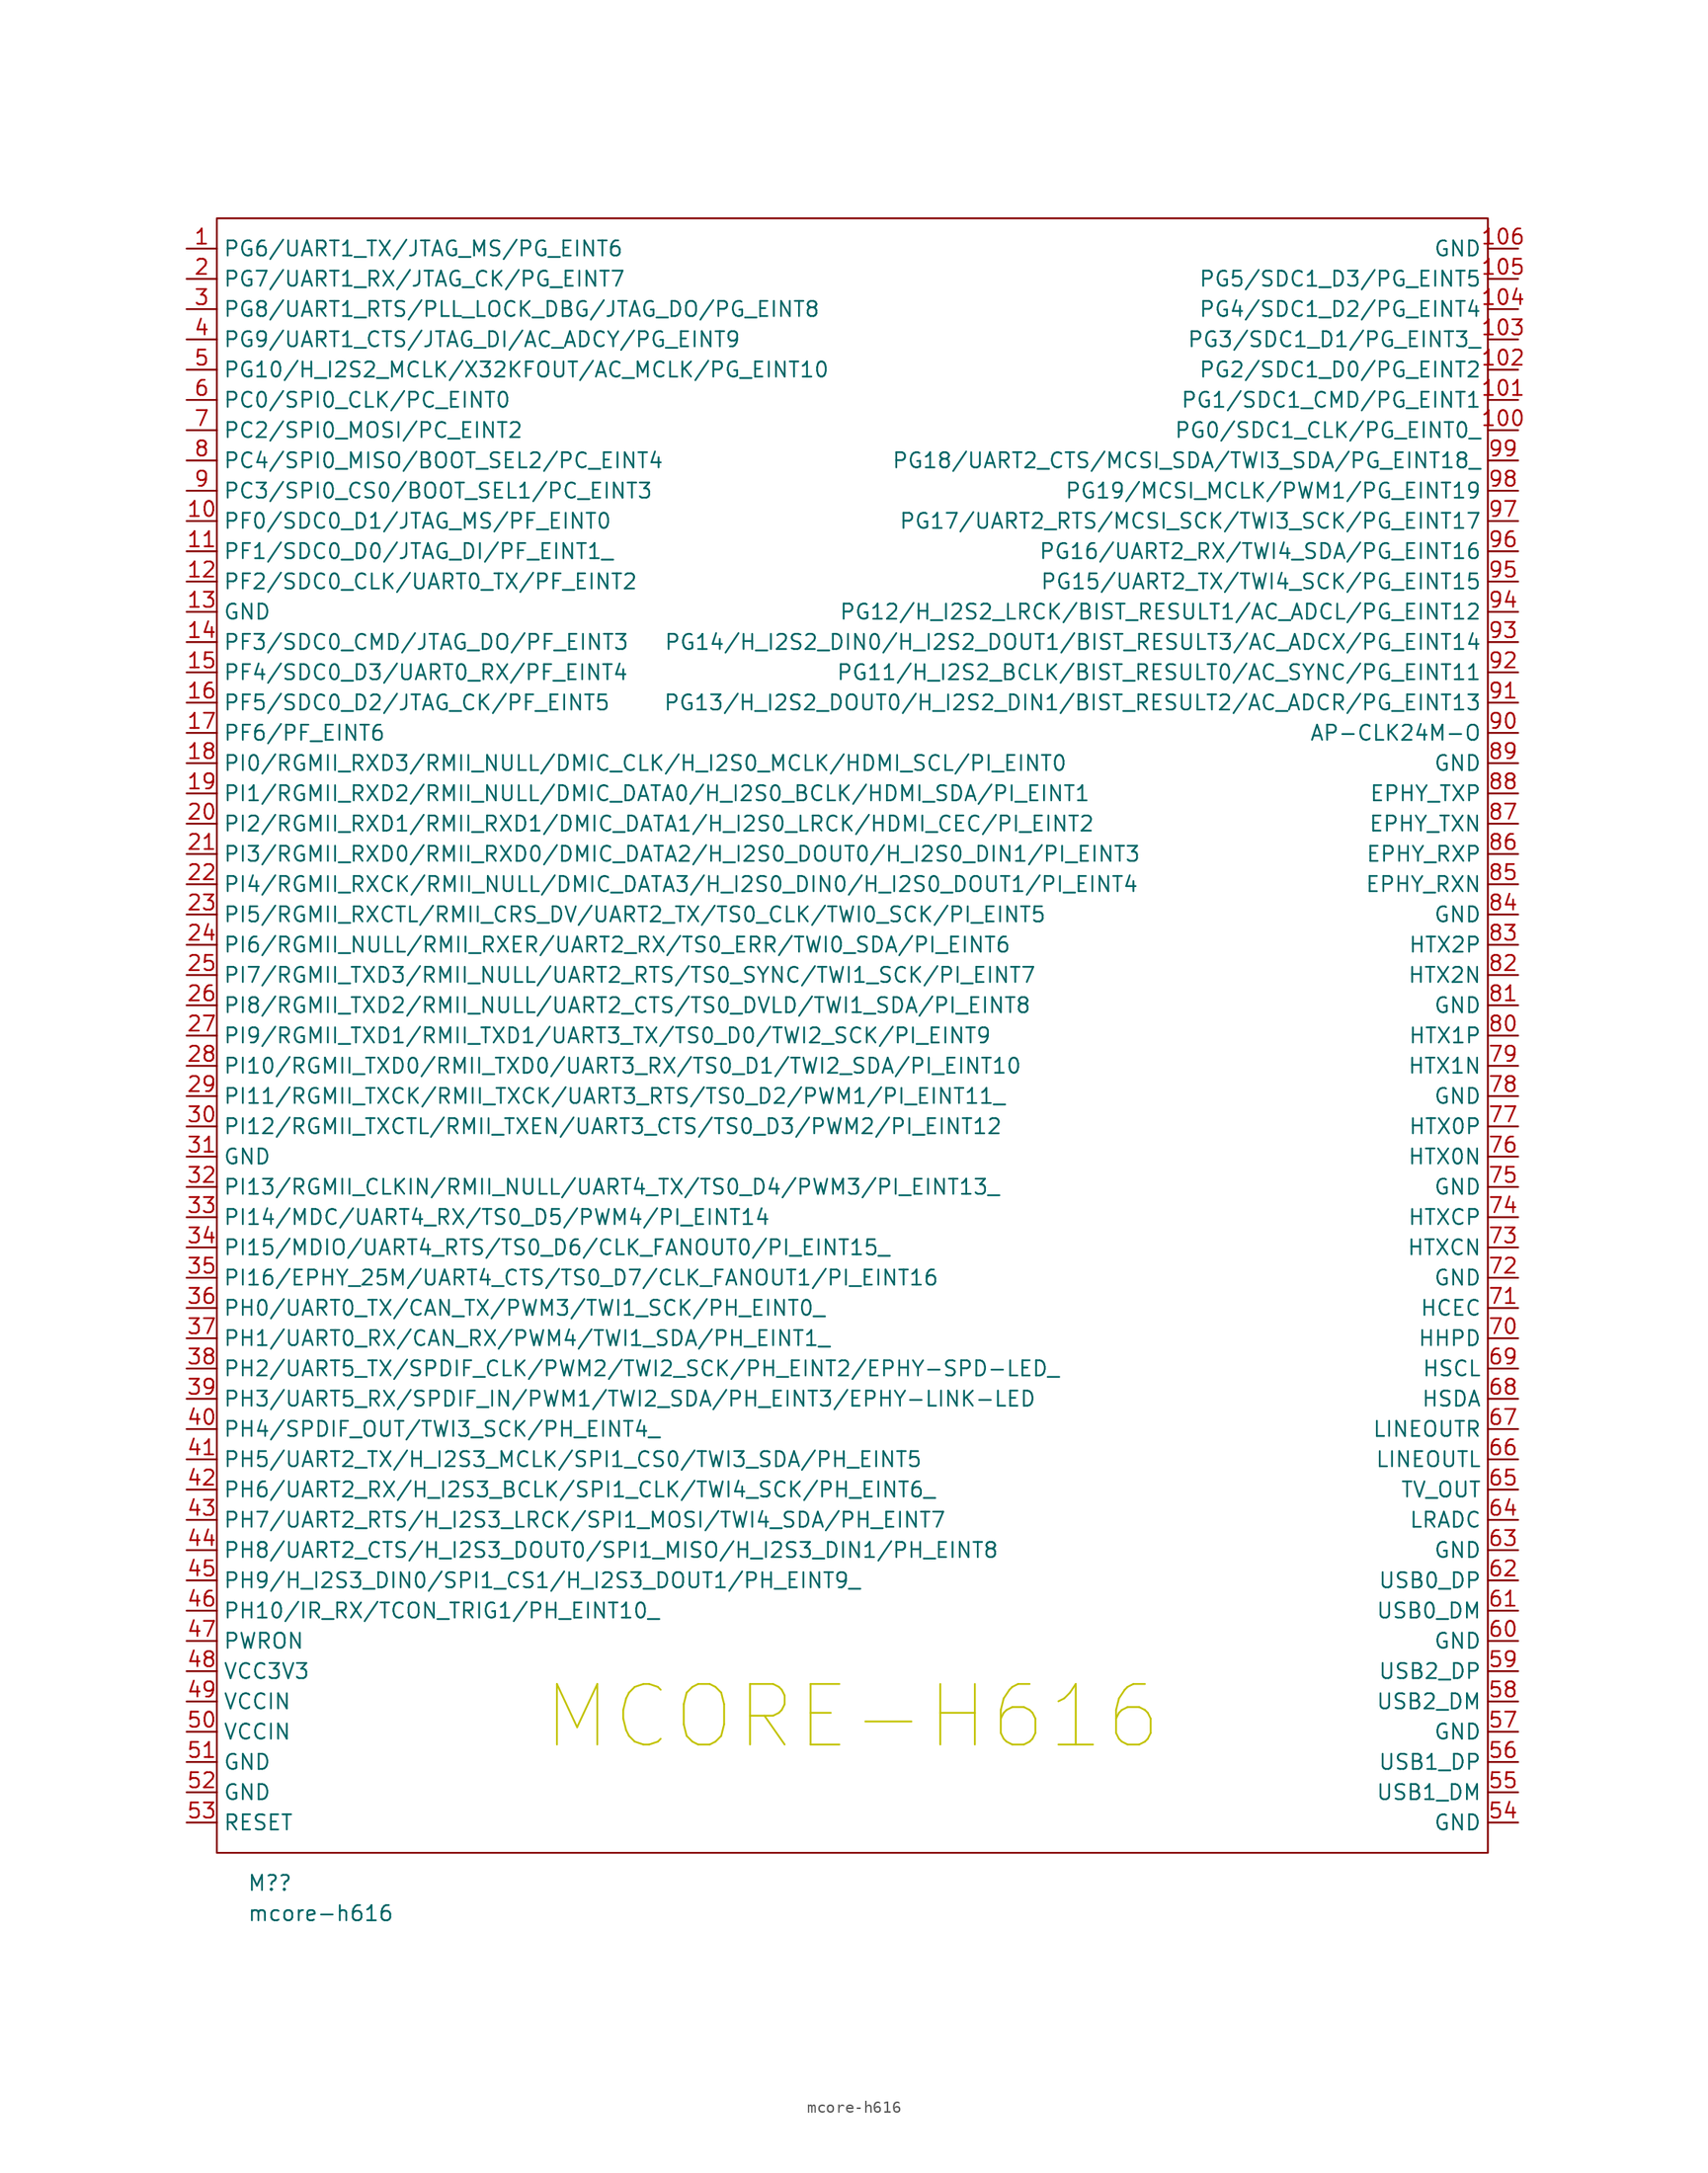
<source format=kicad_sym>
(kicad_symbol_lib
  (version 20220914)
  (generator kicad_symbol_editor)
  (symbol "mcore-h616"
    (property "Reference" "M?"
      (at -50.8 -71.12 0)
      (effects (font (size 1.27 1.27)) (justify left)))
    (property "Value" "mcore-h616"
      (at -50.8 -73.66 0)
      (effects (font (size 1.27 1.27)) (justify left)))
    (symbol "mcore-h616_0_1"
      (rectangle (start -53.34 68.58) (end 53.34 -68.58) (stroke (width 0) (type default)) (fill (type none)))
      (text "MCORE-H616" (at 0 -57.15 0) (effects (font (size 5.08 5.08) (color 194 194 0 1)))))
    (symbol "mcore-h616_1_1"
      (pin unspecified line (at -55.88 66.04 0) (length 2.54) (name "PG6/UART1_TX/JTAG_MS/PG_EINT6" (effects (font (size 1.27 1.27)))) (number "1" (effects (font (size 1.27 1.27)))) (alternate "JTAG_MS" input line) (alternate "PG_EINT6" input line) (alternate "UART1_TX" output line))
      (pin unspecified line (at -55.88 43.18 0) (length 2.54) (name "PF0/SDC0_D1/JTAG_MS/PF_EINT0" (effects (font (size 1.27 1.27)))) (number "10" (effects (font (size 1.27 1.27)))) (alternate "JTAG_MS" input line) (alternate "PF0" unspecified line) (alternate "PF_EINT0" input line) (alternate "SDC0_D1" unspecified line))
      (pin unspecified line (at 55.88 50.8 180) (length 2.54) (name "PG0/SDC1_CLK/PG_EINT0_" (effects (font (size 1.27 1.27)))) (number "100" (effects (font (size 1.27 1.27)))) (alternate "PG0" unspecified line) (alternate "PG_EINT0" input line) (alternate "SDC1_CLK" unspecified line))
      (pin unspecified line (at 55.88 53.34 180) (length 2.54) (name "PG1/SDC1_CMD/PG_EINT1" (effects (font (size 1.27 1.27)))) (number "101" (effects (font (size 1.27 1.27)))) (alternate "PG1" unspecified line) (alternate "PG_EINT1" input line) (alternate "SDC1_CMD" output line))
      (pin unspecified line (at 55.88 55.88 180) (length 2.54) (name "PG2/SDC1_D0/PG_EINT2" (effects (font (size 1.27 1.27)))) (number "102" (effects (font (size 1.27 1.27)))) (alternate "PG2" unspecified line) (alternate "PG_EINT2" input line) (alternate "SDC1_D0" unspecified line))
      (pin unspecified line (at 55.88 58.42 180) (length 2.54) (name "PG3/SDC1_D1/PG_EINT3_" (effects (font (size 1.27 1.27)))) (number "103" (effects (font (size 1.27 1.27)))) (alternate "PG3" unspecified line) (alternate "PG_EINT3" input line) (alternate "SDC1_D1" unspecified line))
      (pin unspecified line (at 55.88 60.96 180) (length 2.54) (name "PG4/SDC1_D2/PG_EINT4" (effects (font (size 1.27 1.27)))) (number "104" (effects (font (size 1.27 1.27)))) (alternate "PG4" unspecified line) (alternate "PG_EINT4" input line) (alternate "SDC1_D2" unspecified line))
      (pin unspecified line (at 55.88 63.5 180) (length 2.54) (name "PG5/SDC1_D3/PG_EINT5" (effects (font (size 1.27 1.27)))) (number "105" (effects (font (size 1.27 1.27)))) (alternate "PG5" unspecified line) (alternate "PG_EINT5" input line) (alternate "SDC1_D3" unspecified line))
      (pin power_in line (at 55.88 66.04 180) (length 2.54) (name "GND" (effects (font (size 1.27 1.27)))) (number "106" (effects (font (size 1.27 1.27)))))
      (pin unspecified line (at -55.88 40.64 0) (length 2.54) (name "PF1/SDC0_D0/JTAG_DI/PF_EINT1_" (effects (font (size 1.27 1.27)))) (number "11" (effects (font (size 1.27 1.27)))) (alternate "JTAG_DI" input line) (alternate "PF1" unspecified line) (alternate "PF_EINT1" input line) (alternate "SDC0_D0" unspecified line))
      (pin unspecified line (at -55.88 38.1 0) (length 2.54) (name "PF2/SDC0_CLK/UART0_TX/PF_EINT2" (effects (font (size 1.27 1.27)))) (number "12" (effects (font (size 1.27 1.27)))) (alternate "PF2" unspecified line) (alternate "PF_EINT2" unspecified line) (alternate "SDC0_CLK" unspecified line) (alternate "UART0_TX" unspecified line))
      (pin power_in line (at -55.88 35.56 0) (length 2.54) (name "GND" (effects (font (size 1.27 1.27)))) (number "13" (effects (font (size 1.27 1.27)))))
      (pin unspecified line (at -55.88 33.02 0) (length 2.54) (name "PF3/SDC0_CMD/JTAG_DO/PF_EINT3" (effects (font (size 1.27 1.27)))) (number "14" (effects (font (size 1.27 1.27)))) (alternate "JTAG_DO" output line) (alternate "PF3" unspecified line) (alternate "PF_EINT3" input line) (alternate "SDC0_CMD" output line))
      (pin unspecified line (at -55.88 30.48 0) (length 2.54) (name "PF4/SDC0_D3/UART0_RX/PF_EINT4" (effects (font (size 1.27 1.27)))) (number "15" (effects (font (size 1.27 1.27)))) (alternate "PF4" unspecified line) (alternate "PF_EINT4" input line) (alternate "SDC0_D3" unspecified line) (alternate "UART0_RX" input line))
      (pin unspecified line (at -55.88 27.94 0) (length 2.54) (name "PF5/SDC0_D2/JTAG_CK/PF_EINT5" (effects (font (size 1.27 1.27)))) (number "16" (effects (font (size 1.27 1.27)))) (alternate "JTAG_CK" input line) (alternate "PF5" unspecified line) (alternate "PF_EINT5" input line) (alternate "SDC0_D2" unspecified line))
      (pin unspecified line (at -55.88 25.4 0) (length 2.54) (name "PF6/PF_EINT6" (effects (font (size 1.27 1.27)))) (number "17" (effects (font (size 1.27 1.27)))) (alternate "PF6" unspecified line) (alternate "PF_EINT6" input line))
      (pin unspecified line (at -55.88 22.86 0) (length 2.54) (name "PI0/RGMII_RXD3/RMII_NULL/DMIC_CLK/H_I2S0_MCLK/HDMI_SCL/PI_EINT0" (effects (font (size 1.27 1.27)))) (number "18" (effects (font (size 1.27 1.27)))) (alternate "DMIC_CLK" unspecified line) (alternate "HDMI_SCL" unspecified line) (alternate "H_I2S0_MCLK" unspecified line) (alternate "PI0" unspecified line) (alternate "PI_EINT0" input line) (alternate "RGMII_RXD3" unspecified line) (alternate "RMII_NULL" unspecified line))
      (pin unspecified line (at -55.88 20.32 0) (length 2.54) (name "PI1/RGMII_RXD2/RMII_NULL/DMIC_DATA0/H_I2S0_BCLK/HDMI_SDA/PI_EINT1" (effects (font (size 1.27 1.27)))) (number "19" (effects (font (size 1.27 1.27)))) (alternate "DMIC_DATA0" unspecified line) (alternate "HDMI_SDA" unspecified line) (alternate "H_I2S0_BCLK" unspecified line) (alternate "PI1" unspecified line) (alternate "PI_EINT1" input line) (alternate "RGMII_RXD2" unspecified line) (alternate "RMII_NULL" unspecified line))
      (pin unspecified line (at -55.88 63.5 0) (length 2.54) (name "PG7/UART1_RX/JTAG_CK/PG_EINT7" (effects (font (size 1.27 1.27)))) (number "2" (effects (font (size 1.27 1.27)))) (alternate "JTAG_CK" input line) (alternate "PG_EINT7" input line) (alternate "UART1_RX" input line))
      (pin unspecified line (at -55.88 17.78 0) (length 2.54) (name "PI2/RGMII_RXD1/RMII_RXD1/DMIC_DATA1/H_I2S0_LRCK/HDMI_CEC/PI_EINT2" (effects (font (size 1.27 1.27)))) (number "20" (effects (font (size 1.27 1.27)))) (alternate "DMIC_DATA1" unspecified line) (alternate "HDMI_CEC" unspecified line) (alternate "H_I2S0_LRCK" unspecified line) (alternate "PI2" unspecified line) (alternate "PI_EINT2" input line) (alternate "RGMII_RXD1" unspecified line) (alternate "RMII_RXD1" unspecified line))
      (pin unspecified line (at -55.88 15.24 0) (length 2.54) (name "PI3/RGMII_RXD0/RMII_RXD0/DMIC_DATA2/H_I2S0_DOUT0/H_I2S0_DIN1/PI_EINT3" (effects (font (size 1.27 1.27)))) (number "21" (effects (font (size 1.27 1.27)))) (alternate "DMIC_DATA2" unspecified line) (alternate "H_I2S0_DIN1" unspecified line) (alternate "H_I2S0_DOUT0" unspecified line) (alternate "PI3" unspecified line) (alternate "PI_EINT3" input line) (alternate "RGMII_RXD0" unspecified line) (alternate "RMII_RXD0" unspecified line))
      (pin unspecified line (at -55.88 12.7 0) (length 2.54) (name "PI4/RGMII_RXCK/RMII_NULL/DMIC_DATA3/H_I2S0_DIN0/H_I2S0_DOUT1/PI_EINT4" (effects (font (size 1.27 1.27)))) (number "22" (effects (font (size 1.27 1.27)))) (alternate "DMIC_DATA3" unspecified line) (alternate "H_I2S0_DIN0" unspecified line) (alternate "H_I2S0_DOUT1" unspecified line) (alternate "PI4" unspecified line) (alternate "PI_EINT4" input line) (alternate "RGMII_RXCK" unspecified line) (alternate "RMII_NULL" unspecified line))
      (pin unspecified line (at -55.88 10.16 0) (length 2.54) (name "PI5/RGMII_RXCTL/RMII_CRS_DV/UART2_TX/TS0_CLK/TWI0_SCK/PI_EINT5" (effects (font (size 1.27 1.27)))) (number "23" (effects (font (size 1.27 1.27)))) (alternate "PI5" unspecified line) (alternate "PI_EINT5" input line) (alternate "RGMII_RXCTL" unspecified line) (alternate "RMII_CRS_DV" unspecified line) (alternate "TS0_CLK" unspecified line) (alternate "TWI0_SCK" unspecified line) (alternate "UART2_TX" output line))
      (pin unspecified line (at -55.88 7.62 0) (length 2.54) (name "PI6/RGMII_NULL/RMII_RXER/UART2_RX/TS0_ERR/TWI0_SDA/PI_EINT6" (effects (font (size 1.27 1.27)))) (number "24" (effects (font (size 1.27 1.27)))) (alternate "PI6" unspecified line) (alternate "PI_EINT6" input line) (alternate "RGMII_NULL" unspecified line) (alternate "RMII_RXER" unspecified line) (alternate "TS0_ERR" unspecified line) (alternate "TWI0_SDA" bidirectional line) (alternate "UART2_RX" input line))
      (pin unspecified line (at -55.88 5.08 0) (length 2.54) (name "PI7/RGMII_TXD3/RMII_NULL/UART2_RTS/TS0_SYNC/TWI1_SCK/PI_EINT7" (effects (font (size 1.27 1.27)))) (number "25" (effects (font (size 1.27 1.27)))) (alternate "PI7" unspecified line) (alternate "PI_EINT7" input line) (alternate "RGMII_TXD3" unspecified line) (alternate "RMII_NULL" unspecified line) (alternate "TS0_SYNC" unspecified line) (alternate "TWI1_SCK" unspecified line) (alternate "UART2_RTS" output line))
      (pin unspecified line (at -55.88 2.54 0) (length 2.54) (name "PI8/RGMII_TXD2/RMII_NULL/UART2_CTS/TS0_DVLD/TWI1_SDA/PI_EINT8" (effects (font (size 1.27 1.27)))) (number "26" (effects (font (size 1.27 1.27)))) (alternate "PI8" unspecified line) (alternate "PI_EINT8" input line) (alternate "RGMII_TXD2" unspecified line) (alternate "RMII_NULL" unspecified line) (alternate "TS0_DVLD" unspecified line) (alternate "TWI1_SDA" bidirectional line) (alternate "UART2_CTS" input line))
      (pin unspecified line (at -55.88 0 0) (length 2.54) (name "PI9/RGMII_TXD1/RMII_TXD1/UART3_TX/TS0_D0/TWI2_SCK/PI_EINT9" (effects (font (size 1.27 1.27)))) (number "27" (effects (font (size 1.27 1.27)))) (alternate "PI9" unspecified line) (alternate "PI_EINT9" input line) (alternate "RGMII_TXD1" unspecified line) (alternate "RMII_TXD1" unspecified line) (alternate "TS0_D0" unspecified line) (alternate "TWI2_SCK" unspecified line) (alternate "UART3_TX" output line))
      (pin unspecified line (at -55.88 -2.54 0) (length 2.54) (name "PI10/RGMII_TXD0/RMII_TXD0/UART3_RX/TS0_D1/TWI2_SDA/PI_EINT10" (effects (font (size 1.27 1.27)))) (number "28" (effects (font (size 1.27 1.27)))) (alternate "PI10" unspecified line) (alternate "PI_EINT10" input line) (alternate "RGMII_TXD0" unspecified line) (alternate "RMII_TXD0" unspecified line) (alternate "TS0_D1" unspecified line) (alternate "TWI2_SDA" bidirectional line) (alternate "UART3_RX" input line))
      (pin unspecified line (at -55.88 -5.08 0) (length 2.54) (name "PI11/RGMII_TXCK/RMII_TXCK/UART3_RTS/TS0_D2/PWM1/PI_EINT11_" (effects (font (size 1.27 1.27)))) (number "29" (effects (font (size 1.27 1.27)))) (alternate "PI11" unspecified line) (alternate "PI_EINT11" input line) (alternate "PWM1" output line) (alternate "RGMII_TXCK" unspecified line) (alternate "RMII_TXCK" unspecified line) (alternate "TS0_D2" unspecified line) (alternate "UART3_RTS" output line))
      (pin unspecified line (at -55.88 60.96 0) (length 2.54) (name "PG8/UART1_RTS/PLL_LOCK_DBG/JTAG_DO/PG_EINT8" (effects (font (size 1.27 1.27)))) (number "3" (effects (font (size 1.27 1.27)))) (alternate "JTAG_DO" output line) (alternate "PG8" unspecified line) (alternate "PG_EINT8" input line) (alternate "PLL_LOCK_DBG" unspecified line) (alternate "UART1_RTS" output line))
      (pin unspecified line (at -55.88 -7.62 0) (length 2.54) (name "PI12/RGMII_TXCTL/RMII_TXEN/UART3_CTS/TS0_D3/PWM2/PI_EINT12" (effects (font (size 1.27 1.27)))) (number "30" (effects (font (size 1.27 1.27)))) (alternate "PI12" unspecified line) (alternate "PI_EINT12" input line) (alternate "PWM2" output line) (alternate "RGMII_TXCTL" unspecified line) (alternate "RMII_TXEN" unspecified line) (alternate "TS0_D3" unspecified line) (alternate "UART3_CTS" input line))
      (pin power_in line (at -55.88 -10.16 0) (length 2.54) (name "GND" (effects (font (size 1.27 1.27)))) (number "31" (effects (font (size 1.27 1.27)))))
      (pin unspecified line (at -55.88 -12.7 0) (length 2.54) (name "PI13/RGMII_CLKIN/RMII_NULL/UART4_TX/TS0_D4/PWM3/PI_EINT13_" (effects (font (size 1.27 1.27)))) (number "32" (effects (font (size 1.27 1.27)))) (alternate "PI13" unspecified line) (alternate "PI_EINT13" input line) (alternate "PWM3" output line) (alternate "RGMII_CLKIN" unspecified line) (alternate "RMII_NULL" unspecified line) (alternate "TS0_D4" unspecified line) (alternate "UART4_TX" output line))
      (pin unspecified line (at -55.88 -15.24 0) (length 2.54) (name "PI14/MDC/UART4_RX/TS0_D5/PWM4/PI_EINT14" (effects (font (size 1.27 1.27)))) (number "33" (effects (font (size 1.27 1.27)))) (alternate "MDC" unspecified line) (alternate "PI14" unspecified line) (alternate "PI_EINT14" input line) (alternate "PWM4" output line) (alternate "TS0_D5" unspecified line) (alternate "UART4_RX" input line))
      (pin unspecified line (at -55.88 -17.78 0) (length 2.54) (name "PI15/MDIO/UART4_RTS/TS0_D6/CLK_FANOUT0/PI_EINT15_" (effects (font (size 1.27 1.27)))) (number "34" (effects (font (size 1.27 1.27)))) (alternate "CLK_FANOUT0" output line) (alternate "MDIO" unspecified line) (alternate "PI15" unspecified line) (alternate "PI_EINT15" input line) (alternate "TS0_D6" unspecified line) (alternate "UART4_RTS" output line))
      (pin unspecified line (at -55.88 -20.32 0) (length 2.54) (name "PI16/EPHY_25M/UART4_CTS/TS0_D7/CLK_FANOUT1/PI_EINT16" (effects (font (size 1.27 1.27)))) (number "35" (effects (font (size 1.27 1.27)))) (alternate "CLK_FANOUT1" output line) (alternate "EPHY_25M" unspecified line) (alternate "PI16" unspecified line) (alternate "PI_EINT16" input line) (alternate "TS0_D7" unspecified line) (alternate "UART4_CTS" input line))
      (pin unspecified line (at -55.88 -22.86 0) (length 2.54) (name "PH0/UART0_TX/CAN_TX/PWM3/TWI1_SCK/PH_EINT0_" (effects (font (size 1.27 1.27)))) (number "36" (effects (font (size 1.27 1.27)))) (alternate "CAN_TX" unspecified line) (alternate "PH0" unspecified line) (alternate "PH_EINT0" input line) (alternate "PWM3" output line) (alternate "TWI1_SCK" unspecified line) (alternate "UART0_TX" output line))
      (pin unspecified line (at -55.88 -25.4 0) (length 2.54) (name "PH1/UART0_RX/CAN_RX/PWM4/TWI1_SDA/PH_EINT1_" (effects (font (size 1.27 1.27)))) (number "37" (effects (font (size 1.27 1.27)))) (alternate "CAN_RX" input line) (alternate "PH1" unspecified line) (alternate "PH_EINT1" input line) (alternate "PWM4" output line) (alternate "TWI1_SDA" bidirectional line) (alternate "UART0_RX" input line))
      (pin unspecified line (at -55.88 -27.94 0) (length 2.54) (name "PH2/UART5_TX/SPDIF_CLK/PWM2/TWI2_SCK/PH_EINT2/EPHY-SPD-LED_" (effects (font (size 1.27 1.27)))) (number "38" (effects (font (size 1.27 1.27)))) (alternate "EPHY-SPD-LED " unspecified line) (alternate "PH2" unspecified line) (alternate "PH_EINT2" input line) (alternate "PWM2" output line) (alternate "SPDIF_CLK" unspecified line) (alternate "TWI2_SCK" unspecified line) (alternate "UART5_TX" output line))
      (pin unspecified line (at -55.88 -30.48 0) (length 2.54) (name "PH3/UART5_RX/SPDIF_IN/PWM1/TWI2_SDA/PH_EINT3/EPHY-LINK-LED" (effects (font (size 1.27 1.27)))) (number "39" (effects (font (size 1.27 1.27)))) (alternate "EPHY-LINK-LED " unspecified line) (alternate "PH3" unspecified line) (alternate "PH_EINT3" input line) (alternate "PWM1" output line) (alternate "SPDIF_IN" unspecified line) (alternate "TWI2_SDA" bidirectional line) (alternate "UART5_RX" input line))
      (pin unspecified line (at -55.88 58.42 0) (length 2.54) (name "PG9/UART1_CTS/JTAG_DI/AC_ADCY/PG_EINT9" (effects (font (size 1.27 1.27)))) (number "4" (effects (font (size 1.27 1.27)))) (alternate "AC_ADCY" unspecified line) (alternate "JTAG_DI" input line) (alternate "PG9" unspecified line) (alternate "PG_EINT9" input line) (alternate "UART1_CTS" input line))
      (pin unspecified line (at -55.88 -33.02 0) (length 2.54) (name "PH4/SPDIF_OUT/TWI3_SCK/PH_EINT4_" (effects (font (size 1.27 1.27)))) (number "40" (effects (font (size 1.27 1.27)))) (alternate "PH4" unspecified line) (alternate "PH_EINT4" input line) (alternate "SPDIF_OUT" unspecified line) (alternate "TWI3_SCK" unspecified line))
      (pin unspecified line (at -55.88 -35.56 0) (length 2.54) (name "PH5/UART2_TX/H_I2S3_MCLK/SPI1_CS0/TWI3_SDA/PH_EINT5" (effects (font (size 1.27 1.27)))) (number "41" (effects (font (size 1.27 1.27)))) (alternate "H_I2S3_MCLK" unspecified line) (alternate "PH5" unspecified line) (alternate "PH_EINT5" input line) (alternate "SPI1_CS0" output line) (alternate "TWI3_SDA" bidirectional line) (alternate "UART2_TX" output line))
      (pin unspecified line (at -55.88 -38.1 0) (length 2.54) (name "PH6/UART2_RX/H_I2S3_BCLK/SPI1_CLK/TWI4_SCK/PH_EINT6_" (effects (font (size 1.27 1.27)))) (number "42" (effects (font (size 1.27 1.27)))) (alternate "H_I2S3_BCLK" unspecified line) (alternate "PH6" unspecified line) (alternate "PH_EINT6" input line) (alternate "SPI1_CLK" output line) (alternate "TWI4_SCK" unspecified line) (alternate "UART2_RX" input line))
      (pin unspecified line (at -55.88 -40.64 0) (length 2.54) (name "PH7/UART2_RTS/H_I2S3_LRCK/SPI1_MOSI/TWI4_SDA/PH_EINT7" (effects (font (size 1.27 1.27)))) (number "43" (effects (font (size 1.27 1.27)))) (alternate "H_I2S3_LRCK" unspecified line) (alternate "PH7" unspecified line) (alternate "PH_EINT7" input line) (alternate "SPI1_MOSI" output line) (alternate "TWI4_SDA" bidirectional line) (alternate "UART2_RTS" output line))
      (pin unspecified line (at -55.88 -43.18 0) (length 2.54) (name "PH8/UART2_CTS/H_I2S3_DOUT0/SPI1_MISO/H_I2S3_DIN1/PH_EINT8" (effects (font (size 1.27 1.27)))) (number "44" (effects (font (size 1.27 1.27)))) (alternate "H_I2S3_DIN1" unspecified line) (alternate "H_I2S3_DOUT0" unspecified line) (alternate "PH8" unspecified line) (alternate "PH_EINT8" input line) (alternate "SPI1_MISO" input line) (alternate "UART2_CTS" input line))
      (pin unspecified line (at -55.88 -45.72 0) (length 2.54) (name "PH9/H_I2S3_DIN0/SPI1_CS1/H_I2S3_DOUT1/PH_EINT9_" (effects (font (size 1.27 1.27)))) (number "45" (effects (font (size 1.27 1.27)))) (alternate "H_I2S3_DIN0" unspecified line) (alternate "H_I2S3_DOUT1" unspecified line) (alternate "PH9" unspecified line) (alternate "PH_EINT9" input line) (alternate "SPI1_CS1" output line))
      (pin unspecified line (at -55.88 -48.26 0) (length 2.54) (name "PH10/IR_RX/TCON_TRIG1/PH_EINT10_" (effects (font (size 1.27 1.27)))) (number "46" (effects (font (size 1.27 1.27)))) (alternate "IR_RX" input line) (alternate "PH10" unspecified line) (alternate "PH_EINT10" input line) (alternate "TCON_TRIG1" unspecified line))
      (pin input line (at -55.88 -50.8 0) (length 2.54) (name "PWRON" (effects (font (size 1.27 1.27)))) (number "47" (effects (font (size 1.27 1.27)))))
      (pin power_out line (at -55.88 -53.34 0) (length 2.54) (name "VCC3V3" (effects (font (size 1.27 1.27)))) (number "48" (effects (font (size 1.27 1.27)))))
      (pin power_in line (at -55.88 -55.88 0) (length 2.54) (name "VCCIN" (effects (font (size 1.27 1.27)))) (number "49" (effects (font (size 1.27 1.27)))))
      (pin unspecified line (at -55.88 55.88 0) (length 2.54) (name "PG10/H_I2S2_MCLK/X32KFOUT/AC_MCLK/PG_EINT10" (effects (font (size 1.27 1.27)))) (number "5" (effects (font (size 1.27 1.27)))) (alternate "AC_MCLK" unspecified line) (alternate "H_I2S2_MCLK" output line) (alternate "PG10" unspecified line) (alternate "PG_EINT10" input line) (alternate "X32KFOUT" unspecified line))
      (pin power_in line (at -55.88 -58.42 0) (length 2.54) (name "VCCIN" (effects (font (size 1.27 1.27)))) (number "50" (effects (font (size 1.27 1.27)))))
      (pin power_in line (at -55.88 -60.96 0) (length 2.54) (name "GND" (effects (font (size 1.27 1.27)))) (number "51" (effects (font (size 1.27 1.27)))))
      (pin power_in line (at -55.88 -63.5 0) (length 2.54) (name "GND" (effects (font (size 1.27 1.27)))) (number "52" (effects (font (size 1.27 1.27)))))
      (pin input line (at -55.88 -66.04 0) (length 2.54) (name "RESET" (effects (font (size 1.27 1.27)))) (number "53" (effects (font (size 1.27 1.27)))))
      (pin power_in line (at 55.88 -66.04 180) (length 2.54) (name "GND" (effects (font (size 1.27 1.27)))) (number "54" (effects (font (size 1.27 1.27)))))
      (pin bidirectional line (at 55.88 -63.5 180) (length 2.54) (name "USB1_DM" (effects (font (size 1.27 1.27)))) (number "55" (effects (font (size 1.27 1.27)))))
      (pin bidirectional line (at 55.88 -60.96 180) (length 2.54) (name "USB1_DP" (effects (font (size 1.27 1.27)))) (number "56" (effects (font (size 1.27 1.27)))))
      (pin power_in line (at 55.88 -58.42 180) (length 2.54) (name "GND" (effects (font (size 1.27 1.27)))) (number "57" (effects (font (size 1.27 1.27)))))
      (pin bidirectional line (at 55.88 -55.88 180) (length 2.54) (name "USB2_DM" (effects (font (size 1.27 1.27)))) (number "58" (effects (font (size 1.27 1.27)))))
      (pin bidirectional line (at 55.88 -53.34 180) (length 2.54) (name "USB2_DP" (effects (font (size 1.27 1.27)))) (number "59" (effects (font (size 1.27 1.27)))))
      (pin unspecified line (at -55.88 53.34 0) (length 2.54) (name "PC0/SPI0_CLK/PC_EINT0" (effects (font (size 1.27 1.27)))) (number "6" (effects (font (size 1.27 1.27)))) (alternate "PC0" unspecified line) (alternate "PC_EINT0" input line) (alternate "SPI0_CLK" output line))
      (pin power_in line (at 55.88 -50.8 180) (length 2.54) (name "GND" (effects (font (size 1.27 1.27)))) (number "60" (effects (font (size 1.27 1.27)))))
      (pin bidirectional line (at 55.88 -48.26 180) (length 2.54) (name "USB0_DM" (effects (font (size 1.27 1.27)))) (number "61" (effects (font (size 1.27 1.27)))))
      (pin bidirectional line (at 55.88 -45.72 180) (length 2.54) (name "USB0_DP" (effects (font (size 1.27 1.27)))) (number "62" (effects (font (size 1.27 1.27)))))
      (pin power_in line (at 55.88 -43.18 180) (length 2.54) (name "GND" (effects (font (size 1.27 1.27)))) (number "63" (effects (font (size 1.27 1.27)))))
      (pin unspecified line (at 55.88 -40.64 180) (length 2.54) (name "LRADC" (effects (font (size 1.27 1.27)))) (number "64" (effects (font (size 1.27 1.27)))))
      (pin output line (at 55.88 -38.1 180) (length 2.54) (name "TV_OUT" (effects (font (size 1.27 1.27)))) (number "65" (effects (font (size 1.27 1.27)))))
      (pin output line (at 55.88 -35.56 180) (length 2.54) (name "LINEOUTL" (effects (font (size 1.27 1.27)))) (number "66" (effects (font (size 1.27 1.27)))))
      (pin output line (at 55.88 -33.02 180) (length 2.54) (name "LINEOUTR" (effects (font (size 1.27 1.27)))) (number "67" (effects (font (size 1.27 1.27)))))
      (pin unspecified line (at 55.88 -30.48 180) (length 2.54) (name "HSDA" (effects (font (size 1.27 1.27)))) (number "68" (effects (font (size 1.27 1.27)))))
      (pin unspecified line (at 55.88 -27.94 180) (length 2.54) (name "HSCL" (effects (font (size 1.27 1.27)))) (number "69" (effects (font (size 1.27 1.27)))))
      (pin unspecified line (at -55.88 50.8 0) (length 2.54) (name "PC2/SPI0_MOSI/PC_EINT2" (effects (font (size 1.27 1.27)))) (number "7" (effects (font (size 1.27 1.27)))) (alternate "PC2" unspecified line) (alternate "PC_EINT2" input line) (alternate "SPI0_MOSI" output line))
      (pin unspecified line (at 55.88 -25.4 180) (length 2.54) (name "HHPD" (effects (font (size 1.27 1.27)))) (number "70" (effects (font (size 1.27 1.27)))))
      (pin unspecified line (at 55.88 -22.86 180) (length 2.54) (name "HCEC" (effects (font (size 1.27 1.27)))) (number "71" (effects (font (size 1.27 1.27)))))
      (pin power_in line (at 55.88 -20.32 180) (length 2.54) (name "GND" (effects (font (size 1.27 1.27)))) (number "72" (effects (font (size 1.27 1.27)))))
      (pin unspecified line (at 55.88 -17.78 180) (length 2.54) (name "HTXCN" (effects (font (size 1.27 1.27)))) (number "73" (effects (font (size 1.27 1.27)))))
      (pin unspecified line (at 55.88 -15.24 180) (length 2.54) (name "HTXCP" (effects (font (size 1.27 1.27)))) (number "74" (effects (font (size 1.27 1.27)))))
      (pin power_in line (at 55.88 -12.7 180) (length 2.54) (name "GND" (effects (font (size 1.27 1.27)))) (number "75" (effects (font (size 1.27 1.27)))))
      (pin unspecified line (at 55.88 -10.16 180) (length 2.54) (name "HTX0N" (effects (font (size 1.27 1.27)))) (number "76" (effects (font (size 1.27 1.27)))))
      (pin unspecified line (at 55.88 -7.62 180) (length 2.54) (name "HTX0P" (effects (font (size 1.27 1.27)))) (number "77" (effects (font (size 1.27 1.27)))))
      (pin power_in line (at 55.88 -5.08 180) (length 2.54) (name "GND" (effects (font (size 1.27 1.27)))) (number "78" (effects (font (size 1.27 1.27)))))
      (pin unspecified line (at 55.88 -2.54 180) (length 2.54) (name "HTX1N" (effects (font (size 1.27 1.27)))) (number "79" (effects (font (size 1.27 1.27)))))
      (pin unspecified line (at -55.88 48.26 0) (length 2.54) (name "PC4/SPI0_MISO/BOOT_SEL2/PC_EINT4" (effects (font (size 1.27 1.27)))) (number "8" (effects (font (size 1.27 1.27)))) (alternate "BOOT_SEL2" input line) (alternate "PC4" unspecified line) (alternate "PC_EINT4" input line) (alternate "SPI0_MISO" input line))
      (pin unspecified line (at 55.88 0 180) (length 2.54) (name "HTX1P" (effects (font (size 1.27 1.27)))) (number "80" (effects (font (size 1.27 1.27)))))
      (pin power_in line (at 55.88 2.54 180) (length 2.54) (name "GND" (effects (font (size 1.27 1.27)))) (number "81" (effects (font (size 1.27 1.27)))))
      (pin unspecified line (at 55.88 5.08 180) (length 2.54) (name "HTX2N" (effects (font (size 1.27 1.27)))) (number "82" (effects (font (size 1.27 1.27)))))
      (pin unspecified line (at 55.88 7.62 180) (length 2.54) (name "HTX2P" (effects (font (size 1.27 1.27)))) (number "83" (effects (font (size 1.27 1.27)))))
      (pin power_in line (at 55.88 10.16 180) (length 2.54) (name "GND" (effects (font (size 1.27 1.27)))) (number "84" (effects (font (size 1.27 1.27)))))
      (pin unspecified line (at 55.88 12.7 180) (length 2.54) (name "EPHY_RXN" (effects (font (size 1.27 1.27)))) (number "85" (effects (font (size 1.27 1.27)))))
      (pin unspecified line (at 55.88 15.24 180) (length 2.54) (name "EPHY_RXP" (effects (font (size 1.27 1.27)))) (number "86" (effects (font (size 1.27 1.27)))))
      (pin unspecified line (at 55.88 17.78 180) (length 2.54) (name "EPHY_TXN" (effects (font (size 1.27 1.27)))) (number "87" (effects (font (size 1.27 1.27)))))
      (pin unspecified line (at 55.88 20.32 180) (length 2.54) (name "EPHY_TXP" (effects (font (size 1.27 1.27)))) (number "88" (effects (font (size 1.27 1.27)))))
      (pin power_in line (at 55.88 22.86 180) (length 2.54) (name "GND" (effects (font (size 1.27 1.27)))) (number "89" (effects (font (size 1.27 1.27)))))
      (pin unspecified line (at -55.88 45.72 0) (length 2.54) (name "PC3/SPI0_CS0/BOOT_SEL1/PC_EINT3" (effects (font (size 1.27 1.27)))) (number "9" (effects (font (size 1.27 1.27)))) (alternate "BOOT_SEL1" input line) (alternate "PC3" unspecified line) (alternate "PC_EINT3" input line) (alternate "SPI0_CS0" output line))
      (pin unspecified line (at 55.88 25.4 180) (length 2.54) (name "AP-CLK24M-O" (effects (font (size 1.27 1.27)))) (number "90" (effects (font (size 1.27 1.27)))))
      (pin unspecified line (at 55.88 27.94 180) (length 2.54) (name "PG13/H_I2S2_DOUT0/H_I2S2_DIN1/BIST_RESULT2/AC_ADCR/PG_EINT13" (effects (font (size 1.27 1.27)))) (number "91" (effects (font (size 1.27 1.27)))) (alternate "AC_ADCR" unspecified line) (alternate "BIST_RESULT2" unspecified line) (alternate "H_I2S2_DIN1" unspecified line) (alternate "H_I2S2_DOUT0" unspecified line) (alternate "PG13" unspecified line) (alternate "PG_EINT13" input line))
      (pin unspecified line (at 55.88 30.48 180) (length 2.54) (name "PG11/H_I2S2_BCLK/BIST_RESULT0/AC_SYNC/PG_EINT11" (effects (font (size 1.27 1.27)))) (number "92" (effects (font (size 1.27 1.27)))) (alternate "AC_SYNC" unspecified line) (alternate "BIST_RESULT0" unspecified line) (alternate "H_I2S2_BCLK" unspecified line) (alternate "PG11" unspecified line) (alternate "PG_EINT11" input line))
      (pin unspecified line (at 55.88 33.02 180) (length 2.54) (name "PG14/H_I2S2_DIN0/H_I2S2_DOUT1/BIST_RESULT3/AC_ADCX/PG_EINT14" (effects (font (size 1.27 1.27)))) (number "93" (effects (font (size 1.27 1.27)))) (alternate "AC_ADCX" unspecified line) (alternate "BIST_RESULT3" unspecified line) (alternate "H_I2S2_DIN0" unspecified line) (alternate "H_I2S2_DOUT1" unspecified line) (alternate "PG14" unspecified line) (alternate "PG_EINT14" input line))
      (pin unspecified line (at 55.88 35.56 180) (length 2.54) (name "PG12/H_I2S2_LRCK/BIST_RESULT1/AC_ADCL/PG_EINT12" (effects (font (size 1.27 1.27)))) (number "94" (effects (font (size 1.27 1.27)))) (alternate "AC_ADCL" unspecified line) (alternate "BIST_RESULT1" unspecified line) (alternate "H_I2S2_LRCK" unspecified line) (alternate "PG12" unspecified line) (alternate "PG_EINT12" input line))
      (pin unspecified line (at 55.88 38.1 180) (length 2.54) (name "PG15/UART2_TX/TWI4_SCK/PG_EINT15" (effects (font (size 1.27 1.27)))) (number "95" (effects (font (size 1.27 1.27)))) (alternate "PG15" unspecified line) (alternate "PG_EINT15" input line) (alternate "TWI4_SCK" unspecified line) (alternate "UART2_TX" output line))
      (pin unspecified line (at 55.88 40.64 180) (length 2.54) (name "PG16/UART2_RX/TWI4_SDA/PG_EINT16" (effects (font (size 1.27 1.27)))) (number "96" (effects (font (size 1.27 1.27)))) (alternate "PG16" unspecified line) (alternate "PG_EINT16" input line) (alternate "TWI4_SDA" bidirectional line) (alternate "UART2_RX" input line))
      (pin unspecified line (at 55.88 43.18 180) (length 2.54) (name "PG17/UART2_RTS/MCSI_SCK/TWI3_SCK/PG_EINT17" (effects (font (size 1.27 1.27)))) (number "97" (effects (font (size 1.27 1.27)))) (alternate "MCSI_SCK" unspecified line) (alternate "PG17" unspecified line) (alternate "PG_EINT17" input line) (alternate "TWI3_SCK" unspecified line) (alternate "UART2_RTS" output line))
      (pin unspecified line (at 55.88 45.72 180) (length 2.54) (name "PG19/MCSI_MCLK/PWM1/PG_EINT19" (effects (font (size 1.27 1.27)))) (number "98" (effects (font (size 1.27 1.27)))) (alternate "MCSI_MCLK" unspecified line) (alternate "PG19" unspecified line) (alternate "PG_EINT19" input line) (alternate "PWM1" output line))
      (pin unspecified line (at 55.88 48.26 180) (length 2.54) (name "PG18/UART2_CTS/MCSI_SDA/TWI3_SDA/PG_EINT18_" (effects (font (size 1.27 1.27)))) (number "99" (effects (font (size 1.27 1.27)))) (alternate "MCSI_SDA" unspecified line) (alternate "PG18" unspecified line) (alternate "PG_EINT18" input line) (alternate "TWI3_SDA" bidirectional line) (alternate "UART2_CTS" input line)))))
</source>
